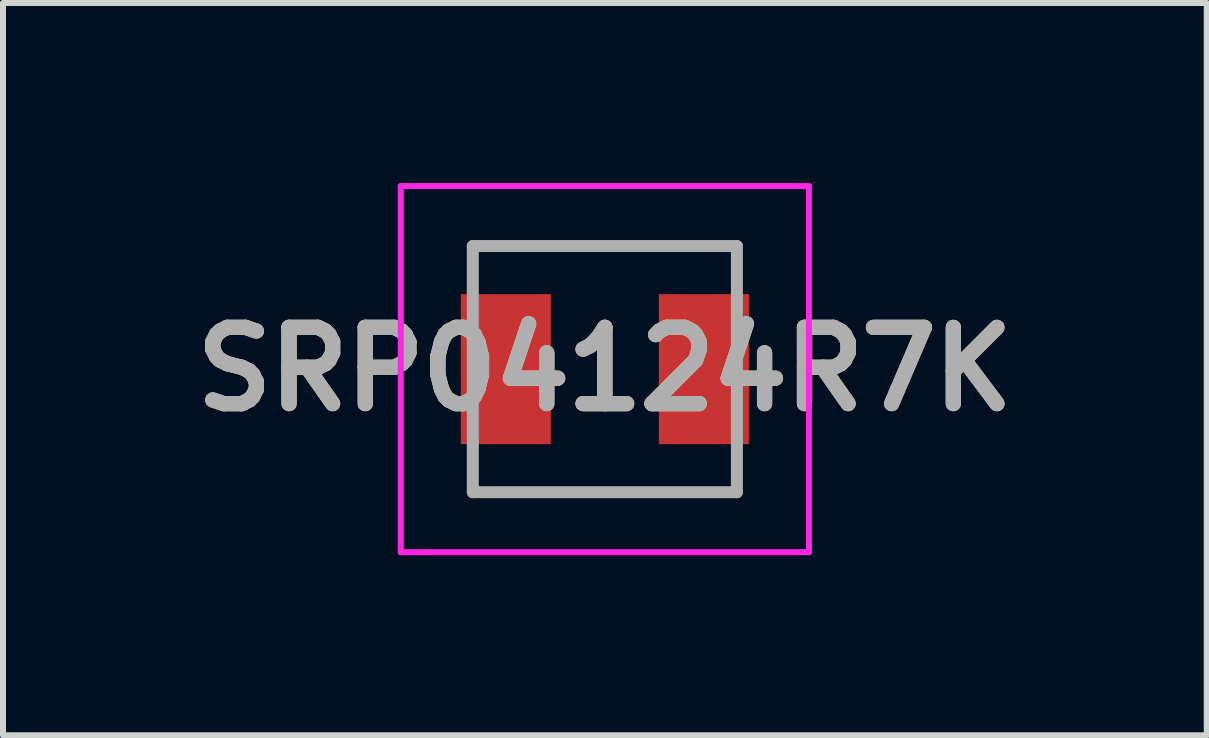
<source format=kicad_pcb>
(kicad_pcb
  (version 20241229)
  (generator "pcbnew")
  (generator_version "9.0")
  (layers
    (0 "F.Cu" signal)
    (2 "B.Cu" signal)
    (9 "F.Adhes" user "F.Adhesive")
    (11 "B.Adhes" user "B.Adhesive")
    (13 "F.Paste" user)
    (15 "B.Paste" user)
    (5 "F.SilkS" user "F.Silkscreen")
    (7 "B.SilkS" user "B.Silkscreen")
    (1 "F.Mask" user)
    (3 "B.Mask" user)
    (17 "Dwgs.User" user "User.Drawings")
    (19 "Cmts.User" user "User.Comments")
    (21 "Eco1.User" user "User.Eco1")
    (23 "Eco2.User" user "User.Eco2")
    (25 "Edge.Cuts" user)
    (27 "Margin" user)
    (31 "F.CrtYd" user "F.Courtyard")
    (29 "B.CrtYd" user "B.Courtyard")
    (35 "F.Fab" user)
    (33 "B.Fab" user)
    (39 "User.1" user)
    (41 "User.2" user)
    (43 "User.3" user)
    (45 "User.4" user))
  (footprint "SRP04124R7K"
    (layer "F.Cu")
    (at 7.027 3.1)
    (property "Reference" "SRP04124R7K" (at 0 0 0) (layer "F.SilkS") (effects (font (size 1.27 1.27) (thickness 0.254))))
    (attr smd)
    (fp_line (start -2.2 -2.05) (end 2.2 -2.05) (stroke (width 0.1) (type solid)) (layer "F.SilkS"))
    (fp_line (start -2.2 -1.8) (end -2.2 -2.05) (stroke (width 0.1) (type solid)) (layer "F.SilkS"))
    (fp_line (start -2.2 1.8) (end -2.2 2.05) (stroke (width 0.1) (type solid)) (layer "F.SilkS"))
    (fp_line (start -2.2 2.05) (end 2.2 2.05) (stroke (width 0.1) (type solid)) (layer "F.SilkS"))
    (fp_line (start 2.2 -2.05) (end 2.2 -1.8) (stroke (width 0.1) (type solid)) (layer "F.SilkS"))
    (fp_line (start 2.2 2.05) (end 2.2 1.8) (stroke (width 0.1) (type solid)) (layer "F.SilkS"))
    (fp_line (start -3.4 -3.05) (end 3.4 -3.05) (stroke (width 0.1) (type solid)) (layer "F.CrtYd"))
    (fp_line (start -3.4 3.05) (end -3.4 -3.05) (stroke (width 0.1) (type solid)) (layer "F.CrtYd"))
    (fp_line (start 3.4 -3.05) (end 3.4 3.05) (stroke (width 0.1) (type solid)) (layer "F.CrtYd"))
    (fp_line (start 3.4 3.05) (end -3.4 3.05) (stroke (width 0.1) (type solid)) (layer "F.CrtYd"))
    (fp_line (start -2.2 -2.05) (end 2.2 -2.05) (stroke (width 0.2) (type solid)) (layer "F.Fab"))
    (fp_line (start -2.2 2.05) (end -2.2 -2.05) (stroke (width 0.2) (type solid)) (layer "F.Fab"))
    (fp_line (start 2.2 -2.05) (end 2.2 2.05) (stroke (width 0.2) (type solid)) (layer "F.Fab"))
    (fp_line (start 2.2 2.05) (end -2.2 2.05) (stroke (width 0.2) (type solid)) (layer "F.Fab"))
    (fp_text user "${REFERENCE}" (at 0 0 0) (layer "F.Fab") (effects (font (size 1.27 1.27) (thickness 0.254))))
    (pad "1" smd rect (at -1.65 0) (size 1.5 2.5) (layers "F.Cu" "F.Mask" "F.Paste"))
    (pad "2" smd rect (at 1.65 0) (size 1.5 2.5) (layers "F.Cu" "F.Mask" "F.Paste")))
  (gr_rect
    (start -3 -3)
    (end 17.055 9.2)
    (stroke (width 0.1) (type default))
    (fill no)
    (layer "Edge.Cuts")))
</source>
